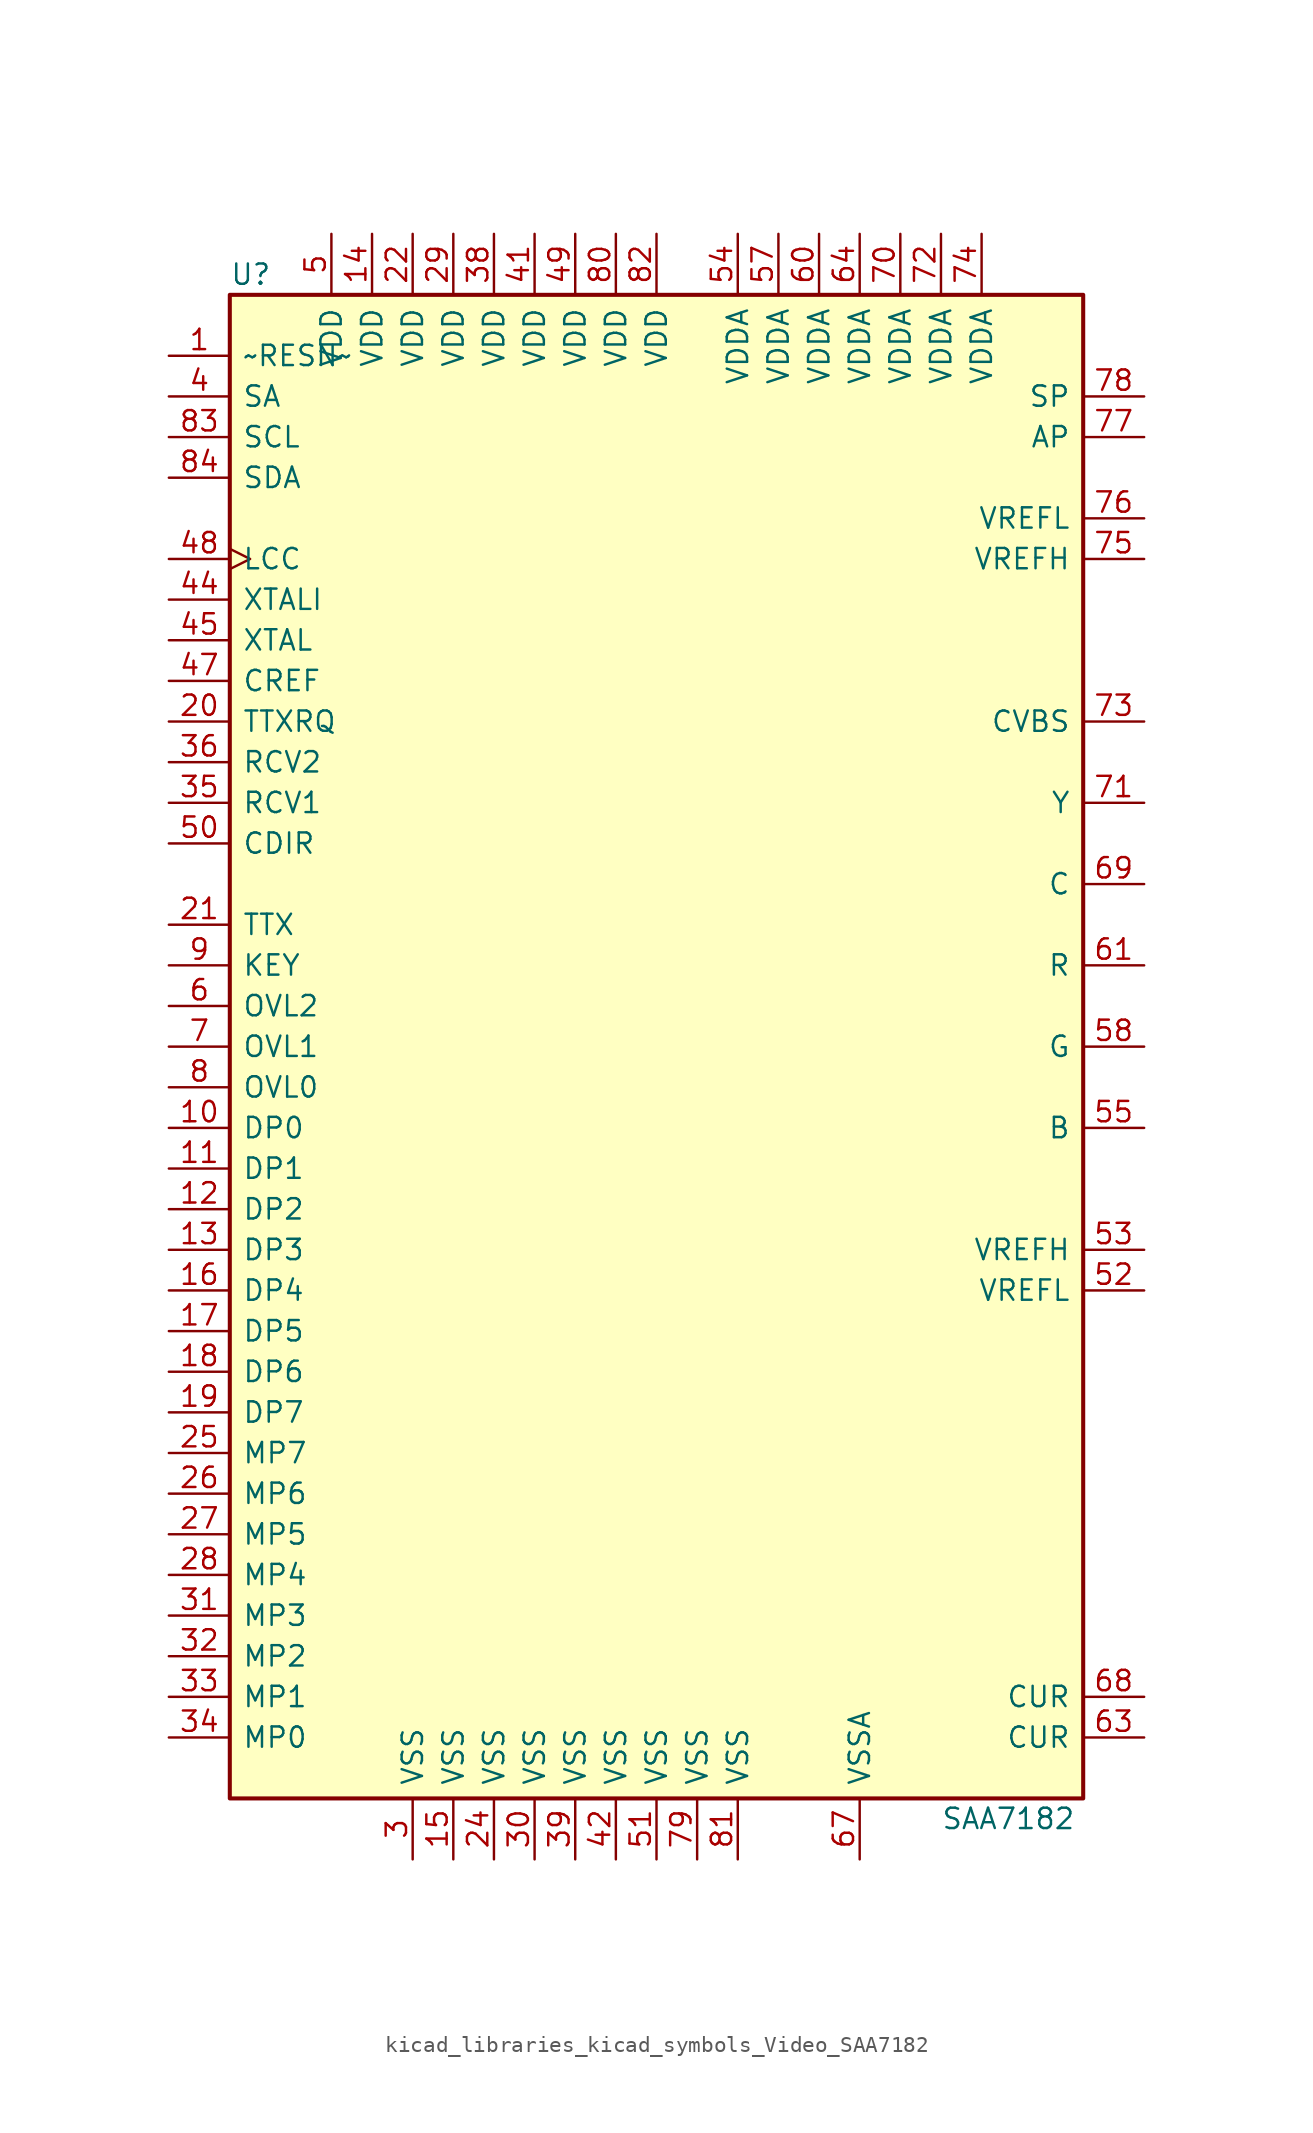
<source format=kicad_sym>
(kicad_symbol_lib
  (version 20220914)
  (generator kicad_symbol_editor)
  (symbol "kicad_libraries_kicad_symbols_Video_SAA7182"
    (pin_names
      (offset 0.762))
    (property "Reference" "U"
      (at -26.67 48.26 0)
      (effects (font (size 1.27 1.27)) (justify left)))
    (property "Value" "SAA7182"
      (at 17.78 -48.26 0)
      (effects (font (size 1.27 1.27)) (justify left)))
    (symbol "kicad_libraries_kicad_symbols_Video_SAA7182_0_1"
      (rectangle (start -26.67 -46.99) (end 26.67 46.99) (stroke (width 0.254) (type default)) (fill (type background))))
    (symbol "kicad_libraries_kicad_symbols_Video_SAA7182_1_1"
      (pin input line (at -30.48 43.18 0) (length 3.81) (name "~RESN~" (effects (font (size 1.27 1.27)))) (number "1" (effects (font (size 1.27 1.27)))))
      (pin input line (at -30.48 -5.08 0) (length 3.81) (name "DP0" (effects (font (size 1.27 1.27)))) (number "10" (effects (font (size 1.27 1.27)))))
      (pin input line (at -30.48 -7.62 0) (length 3.81) (name "DP1" (effects (font (size 1.27 1.27)))) (number "11" (effects (font (size 1.27 1.27)))))
      (pin input line (at -30.48 -10.16 0) (length 3.81) (name "DP2" (effects (font (size 1.27 1.27)))) (number "12" (effects (font (size 1.27 1.27)))))
      (pin input line (at -30.48 -12.7 0) (length 3.81) (name "DP3" (effects (font (size 1.27 1.27)))) (number "13" (effects (font (size 1.27 1.27)))))
      (pin power_in line (at -17.78 50.8 270) (length 3.81) (name "VDD" (effects (font (size 1.27 1.27)))) (number "14" (effects (font (size 1.27 1.27)))))
      (pin power_in line (at -12.7 -50.8 90) (length 3.81) (name "VSS" (effects (font (size 1.27 1.27)))) (number "15" (effects (font (size 1.27 1.27)))))
      (pin input line (at -30.48 -15.24 0) (length 3.81) (name "DP4" (effects (font (size 1.27 1.27)))) (number "16" (effects (font (size 1.27 1.27)))))
      (pin input line (at -30.48 -17.78 0) (length 3.81) (name "DP5" (effects (font (size 1.27 1.27)))) (number "17" (effects (font (size 1.27 1.27)))))
      (pin input line (at -30.48 -20.32 0) (length 3.81) (name "DP6" (effects (font (size 1.27 1.27)))) (number "18" (effects (font (size 1.27 1.27)))))
      (pin input line (at -30.48 -22.86 0) (length 3.81) (name "DP7" (effects (font (size 1.27 1.27)))) (number "19" (effects (font (size 1.27 1.27)))))
      (pin output line (at -30.48 20.32 0) (length 3.81) (name "TTXRQ" (effects (font (size 1.27 1.27)))) (number "20" (effects (font (size 1.27 1.27)))))
      (pin input line (at -30.48 7.62 0) (length 3.81) (name "TTX" (effects (font (size 1.27 1.27)))) (number "21" (effects (font (size 1.27 1.27)))))
      (pin power_in line (at -15.24 50.8 270) (length 3.81) (name "VDD" (effects (font (size 1.27 1.27)))) (number "22" (effects (font (size 1.27 1.27)))))
      (pin power_in line (at -10.16 -50.8 90) (length 3.81) (name "VSS" (effects (font (size 1.27 1.27)))) (number "24" (effects (font (size 1.27 1.27)))))
      (pin input line (at -30.48 -25.4 0) (length 3.81) (name "MP7" (effects (font (size 1.27 1.27)))) (number "25" (effects (font (size 1.27 1.27)))))
      (pin input line (at -30.48 -27.94 0) (length 3.81) (name "MP6" (effects (font (size 1.27 1.27)))) (number "26" (effects (font (size 1.27 1.27)))))
      (pin input line (at -30.48 -30.48 0) (length 3.81) (name "MP5" (effects (font (size 1.27 1.27)))) (number "27" (effects (font (size 1.27 1.27)))))
      (pin input line (at -30.48 -33.02 0) (length 3.81) (name "MP4" (effects (font (size 1.27 1.27)))) (number "28" (effects (font (size 1.27 1.27)))))
      (pin power_in line (at -12.7 50.8 270) (length 3.81) (name "VDD" (effects (font (size 1.27 1.27)))) (number "29" (effects (font (size 1.27 1.27)))))
      (pin power_in line (at -15.24 -50.8 90) (length 3.81) (name "VSS" (effects (font (size 1.27 1.27)))) (number "3" (effects (font (size 1.27 1.27)))))
      (pin power_in line (at -7.62 -50.8 90) (length 3.81) (name "VSS" (effects (font (size 1.27 1.27)))) (number "30" (effects (font (size 1.27 1.27)))))
      (pin input line (at -30.48 -35.56 0) (length 3.81) (name "MP3" (effects (font (size 1.27 1.27)))) (number "31" (effects (font (size 1.27 1.27)))))
      (pin input line (at -30.48 -38.1 0) (length 3.81) (name "MP2" (effects (font (size 1.27 1.27)))) (number "32" (effects (font (size 1.27 1.27)))))
      (pin input line (at -30.48 -40.64 0) (length 3.81) (name "MP1" (effects (font (size 1.27 1.27)))) (number "33" (effects (font (size 1.27 1.27)))))
      (pin input line (at -30.48 -43.18 0) (length 3.81) (name "MP0" (effects (font (size 1.27 1.27)))) (number "34" (effects (font (size 1.27 1.27)))))
      (pin bidirectional line (at -30.48 15.24 0) (length 3.81) (name "RCV1" (effects (font (size 1.27 1.27)))) (number "35" (effects (font (size 1.27 1.27)))))
      (pin bidirectional line (at -30.48 17.78 0) (length 3.81) (name "RCV2" (effects (font (size 1.27 1.27)))) (number "36" (effects (font (size 1.27 1.27)))))
      (pin power_in line (at -10.16 50.8 270) (length 3.81) (name "VDD" (effects (font (size 1.27 1.27)))) (number "38" (effects (font (size 1.27 1.27)))))
      (pin power_in line (at -5.08 -50.8 90) (length 3.81) (name "VSS" (effects (font (size 1.27 1.27)))) (number "39" (effects (font (size 1.27 1.27)))))
      (pin input line (at -30.48 40.64 0) (length 3.81) (name "SA" (effects (font (size 1.27 1.27)))) (number "4" (effects (font (size 1.27 1.27)))))
      (pin power_in line (at -7.62 50.8 270) (length 3.81) (name "VDD" (effects (font (size 1.27 1.27)))) (number "41" (effects (font (size 1.27 1.27)))))
      (pin power_in line (at -2.54 -50.8 90) (length 3.81) (name "VSS" (effects (font (size 1.27 1.27)))) (number "42" (effects (font (size 1.27 1.27)))))
      (pin input line (at -30.48 27.94 0) (length 3.81) (name "XTALI" (effects (font (size 1.27 1.27)))) (number "44" (effects (font (size 1.27 1.27)))))
      (pin output line (at -30.48 25.4 0) (length 3.81) (name "XTAL" (effects (font (size 1.27 1.27)))) (number "45" (effects (font (size 1.27 1.27)))))
      (pin bidirectional line (at -30.48 22.86 0) (length 3.81) (name "CREF" (effects (font (size 1.27 1.27)))) (number "47" (effects (font (size 1.27 1.27)))))
      (pin bidirectional clock (at -30.48 30.48 0) (length 3.81) (name "LCC" (effects (font (size 1.27 1.27)))) (number "48" (effects (font (size 1.27 1.27)))))
      (pin power_in line (at -5.08 50.8 270) (length 3.81) (name "VDD" (effects (font (size 1.27 1.27)))) (number "49" (effects (font (size 1.27 1.27)))))
      (pin power_in line (at -20.32 50.8 270) (length 3.81) (name "VDD" (effects (font (size 1.27 1.27)))) (number "5" (effects (font (size 1.27 1.27)))))
      (pin input line (at -30.48 12.7 0) (length 3.81) (name "CDIR" (effects (font (size 1.27 1.27)))) (number "50" (effects (font (size 1.27 1.27)))))
      (pin power_in line (at 0 -50.8 90) (length 3.81) (name "VSS" (effects (font (size 1.27 1.27)))) (number "51" (effects (font (size 1.27 1.27)))))
      (pin passive line (at 30.48 -15.24 180) (length 3.81) (name "VREFL" (effects (font (size 1.27 1.27)))) (number "52" (effects (font (size 1.27 1.27)))))
      (pin passive line (at 30.48 -12.7 180) (length 3.81) (name "VREFH" (effects (font (size 1.27 1.27)))) (number "53" (effects (font (size 1.27 1.27)))))
      (pin power_in line (at 5.08 50.8 270) (length 3.81) (name "VDDA" (effects (font (size 1.27 1.27)))) (number "54" (effects (font (size 1.27 1.27)))))
      (pin output line (at 30.48 -5.08 180) (length 3.81) (name "B" (effects (font (size 1.27 1.27)))) (number "55" (effects (font (size 1.27 1.27)))))
      (pin power_in line (at 7.62 50.8 270) (length 3.81) (name "VDDA" (effects (font (size 1.27 1.27)))) (number "57" (effects (font (size 1.27 1.27)))))
      (pin output line (at 30.48 0 180) (length 3.81) (name "G" (effects (font (size 1.27 1.27)))) (number "58" (effects (font (size 1.27 1.27)))))
      (pin input line (at -30.48 2.54 0) (length 3.81) (name "OVL2" (effects (font (size 1.27 1.27)))) (number "6" (effects (font (size 1.27 1.27)))))
      (pin power_in line (at 10.16 50.8 270) (length 3.81) (name "VDDA" (effects (font (size 1.27 1.27)))) (number "60" (effects (font (size 1.27 1.27)))))
      (pin output line (at 30.48 5.08 180) (length 3.81) (name "R" (effects (font (size 1.27 1.27)))) (number "61" (effects (font (size 1.27 1.27)))))
      (pin input line (at 30.48 -43.18 180) (length 3.81) (name "CUR" (effects (font (size 1.27 1.27)))) (number "63" (effects (font (size 1.27 1.27)))))
      (pin power_in line (at 12.7 50.8 270) (length 3.81) (name "VDDA" (effects (font (size 1.27 1.27)))) (number "64" (effects (font (size 1.27 1.27)))))
      (pin power_in line (at 12.7 -50.8 90) (length 3.81) (name "VSSA" (effects (font (size 1.27 1.27)))) (number "67" (effects (font (size 1.27 1.27)))))
      (pin input line (at 30.48 -40.64 180) (length 3.81) (name "CUR" (effects (font (size 1.27 1.27)))) (number "68" (effects (font (size 1.27 1.27)))))
      (pin output line (at 30.48 10.16 180) (length 3.81) (name "C" (effects (font (size 1.27 1.27)))) (number "69" (effects (font (size 1.27 1.27)))))
      (pin input line (at -30.48 0 0) (length 3.81) (name "OVL1" (effects (font (size 1.27 1.27)))) (number "7" (effects (font (size 1.27 1.27)))))
      (pin power_in line (at 15.24 50.8 270) (length 3.81) (name "VDDA" (effects (font (size 1.27 1.27)))) (number "70" (effects (font (size 1.27 1.27)))))
      (pin output line (at 30.48 15.24 180) (length 3.81) (name "Y" (effects (font (size 1.27 1.27)))) (number "71" (effects (font (size 1.27 1.27)))))
      (pin power_in line (at 17.78 50.8 270) (length 3.81) (name "VDDA" (effects (font (size 1.27 1.27)))) (number "72" (effects (font (size 1.27 1.27)))))
      (pin output line (at 30.48 20.32 180) (length 3.81) (name "CVBS" (effects (font (size 1.27 1.27)))) (number "73" (effects (font (size 1.27 1.27)))))
      (pin power_in line (at 20.32 50.8 270) (length 3.81) (name "VDDA" (effects (font (size 1.27 1.27)))) (number "74" (effects (font (size 1.27 1.27)))))
      (pin passive line (at 30.48 30.48 180) (length 3.81) (name "VREFH" (effects (font (size 1.27 1.27)))) (number "75" (effects (font (size 1.27 1.27)))))
      (pin passive line (at 30.48 33.02 180) (length 3.81) (name "VREFL" (effects (font (size 1.27 1.27)))) (number "76" (effects (font (size 1.27 1.27)))))
      (pin input line (at 30.48 38.1 180) (length 3.81) (name "AP" (effects (font (size 1.27 1.27)))) (number "77" (effects (font (size 1.27 1.27)))))
      (pin input line (at 30.48 40.64 180) (length 3.81) (name "SP" (effects (font (size 1.27 1.27)))) (number "78" (effects (font (size 1.27 1.27)))))
      (pin power_in line (at 2.54 -50.8 90) (length 3.81) (name "VSS" (effects (font (size 1.27 1.27)))) (number "79" (effects (font (size 1.27 1.27)))))
      (pin input line (at -30.48 -2.54 0) (length 3.81) (name "OVL0" (effects (font (size 1.27 1.27)))) (number "8" (effects (font (size 1.27 1.27)))))
      (pin power_in line (at -2.54 50.8 270) (length 3.81) (name "VDD" (effects (font (size 1.27 1.27)))) (number "80" (effects (font (size 1.27 1.27)))))
      (pin power_in line (at 5.08 -50.8 90) (length 3.81) (name "VSS" (effects (font (size 1.27 1.27)))) (number "81" (effects (font (size 1.27 1.27)))))
      (pin power_in line (at 0 50.8 270) (length 3.81) (name "VDD" (effects (font (size 1.27 1.27)))) (number "82" (effects (font (size 1.27 1.27)))))
      (pin input line (at -30.48 38.1 0) (length 3.81) (name "SCL" (effects (font (size 1.27 1.27)))) (number "83" (effects (font (size 1.27 1.27)))))
      (pin bidirectional line (at -30.48 35.56 0) (length 3.81) (name "SDA" (effects (font (size 1.27 1.27)))) (number "84" (effects (font (size 1.27 1.27)))))
      (pin input line (at -30.48 5.08 0) (length 3.81) (name "KEY" (effects (font (size 1.27 1.27)))) (number "9" (effects (font (size 1.27 1.27))))))))
</source>
